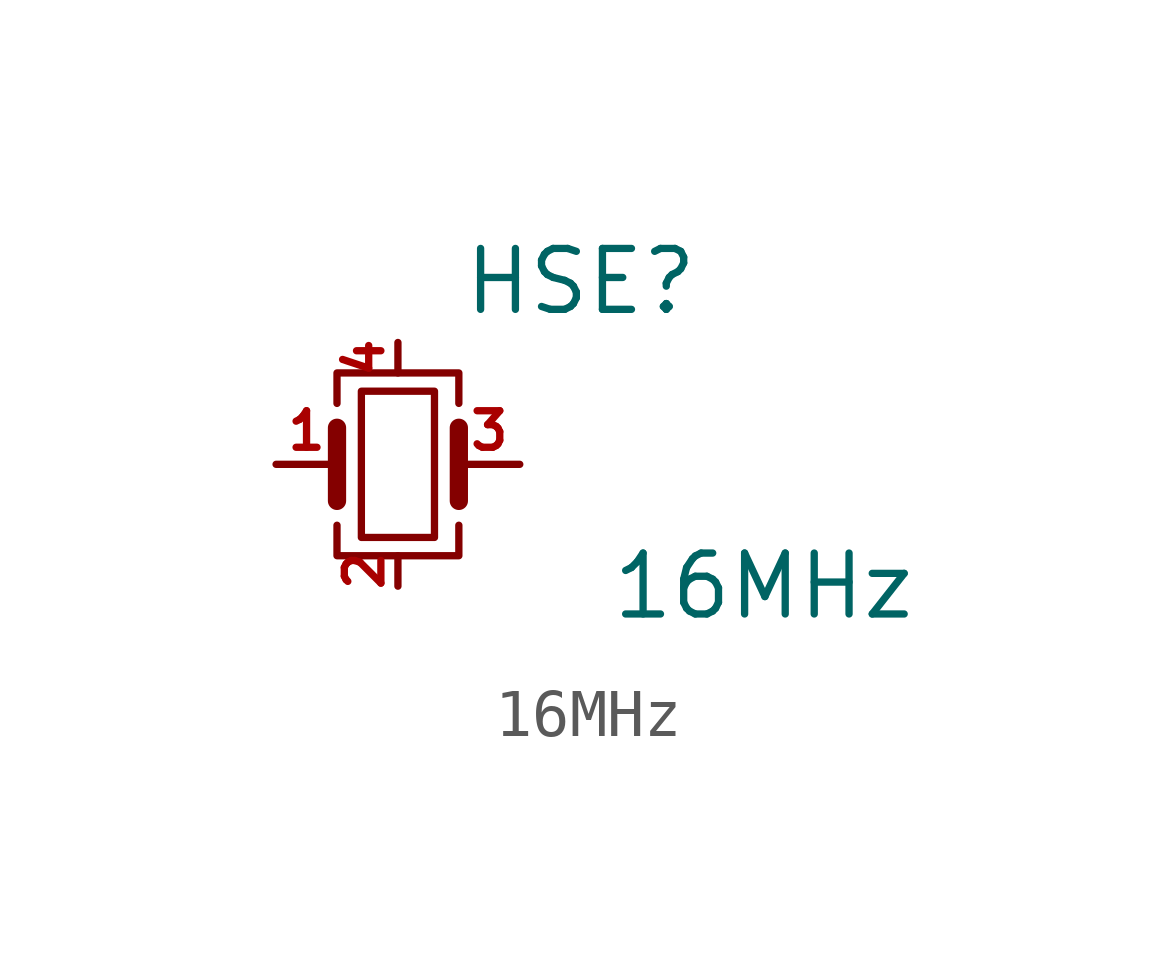
<source format=kicad_sym>
(kicad_symbol_lib
  (version 20210619)
  (generator kicad_symbol_editor)
  (symbol "ulib_Crystal_SMD:16MHz"
    (pin_names hide)
    (property "Reference" "HSE"
      (at 3.81 3.81 0)
      (effects (font (size 1.27 1.27))))
    (property "Value" "16MHz"
      (at 7.62 -2.54 0)
      (effects (font (size 1.27 1.27))))
    (symbol "16MHz_0_1"
      (rectangle (start -0.762 -1.524) (end 0.762 1.524) (stroke (width 0)) (fill (type none)))
      (polyline (pts (xy -1.27 -0.762) (xy -1.27 0.762)) (stroke (width 0.381)) (fill (type none)))
      (polyline (pts (xy 1.27 -0.762) (xy 1.27 0.762)) (stroke (width 0.381)) (fill (type none)))
      (polyline (pts (xy -1.27 -1.27) (xy -1.27 -1.905) (xy 1.27 -1.905) (xy 1.27 -1.27)) (stroke (width 0)) (fill (type none)))
      (polyline (pts (xy -1.27 1.27) (xy -1.27 1.905) (xy 1.27 1.905) (xy 1.27 1.27)) (stroke (width 0)) (fill (type none))))
    (symbol "16MHz_1_1"
      (pin passive line (at -2.54 0 0) (length 1.27) (name "1" (effects (font (size 1.27 1.27)))) (number "1" (effects (font (size 0.762 0.762)))))
      (pin passive line (at 0 -2.54 90) (length 0.635) (name "2" (effects (font (size 1.27 1.27)))) (number "2" (effects (font (size 0.762 0.762)))))
      (pin passive line (at 2.54 0 180) (length 1.27) (name "3" (effects (font (size 1.27 1.27)))) (number "3" (effects (font (size 0.762 0.762)))))
      (pin passive line (at 0 2.54 270) (length 0.635) (name "4" (effects (font (size 1.27 1.27)))) (number "4" (effects (font (size 0.762 0.762))))))))
</source>
